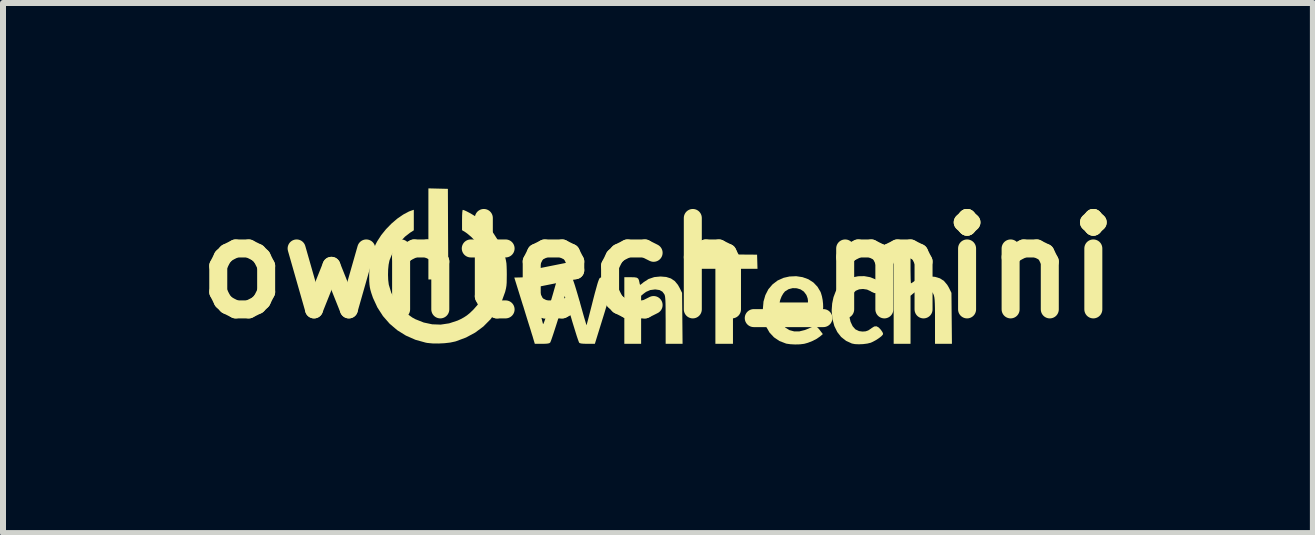
<source format=kicad_pcb>
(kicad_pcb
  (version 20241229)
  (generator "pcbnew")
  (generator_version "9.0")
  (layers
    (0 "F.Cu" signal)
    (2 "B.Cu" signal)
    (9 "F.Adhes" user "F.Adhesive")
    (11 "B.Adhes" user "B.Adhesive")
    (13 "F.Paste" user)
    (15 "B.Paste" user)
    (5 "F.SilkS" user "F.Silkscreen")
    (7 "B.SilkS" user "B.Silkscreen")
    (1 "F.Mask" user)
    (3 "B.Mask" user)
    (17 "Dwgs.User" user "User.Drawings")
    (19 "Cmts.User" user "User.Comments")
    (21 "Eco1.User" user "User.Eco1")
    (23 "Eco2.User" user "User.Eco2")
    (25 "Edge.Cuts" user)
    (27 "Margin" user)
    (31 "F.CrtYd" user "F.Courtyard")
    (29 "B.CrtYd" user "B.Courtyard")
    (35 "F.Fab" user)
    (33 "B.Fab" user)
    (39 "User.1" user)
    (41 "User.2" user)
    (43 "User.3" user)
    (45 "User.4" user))
  (footprint "owntech_mini"
    (layer "F.Cu")
    (at 7.918 1.418)
    (property "Reference" "owntech_mini" (at 0 0 0) (layer "F.SilkS") (effects (font (size 1.524 1.524) (thickness 0.3))))
    (attr board_only exclude_from_pos_files exclude_from_bom)
    (fp_poly (pts (xy -3.665 -1.324) (xy -3.502 -1.32) (xy -3.499 -0.565) (xy -3.495 0.191) (xy -3.827 0.191) (xy -3.827 -1.328)) (stroke (width 0) (type solid)) (fill yes) (layer "F.SilkS"))
    (fp_poly (pts (xy 1.107 -0.227) (xy 1.652 -0.223) (xy 1.659 0.013) (xy 1.25 0.013) (xy 1.25 1.263) (xy 0.957 1.263) (xy 0.957 0.013) (xy 0.561 0.013) (xy 0.561 -0.23)) (stroke (width 0) (type solid)) (fill yes) (layer "F.SilkS"))
    (fp_poly (pts (xy 4.21 -0.045) (xy 4.21 0.04) (xy 4.211 0.115) (xy 4.212 0.177) (xy 4.214 0.224) (xy 4.216 0.25) (xy 4.217 0.255) (xy 4.231 0.248) (xy 4.257 0.231) (xy 4.266 0.224) (xy 4.348 0.174) (xy 4.436 0.146) (xy 4.519 0.139) (xy 4.619 0.147) (xy 4.701 0.172) (xy 4.768 0.216) (xy 4.822 0.28) (xy 4.851 0.33) (xy 4.892 0.414) (xy 4.9 1.263) (xy 4.618 1.263) (xy 4.618 0.88) (xy 4.618 0.762) (xy 4.617 0.666) (xy 4.615 0.591) (xy 4.612 0.532) (xy 4.607 0.488) (xy 4.599 0.454) (xy 4.589 0.43) (xy 4.576 0.41) (xy 4.559 0.394) (xy 4.548 0.385) (xy 4.514 0.366) (xy 4.47 0.358) (xy 4.444 0.357) (xy 4.365 0.366) (xy 4.298 0.393) (xy 4.251 0.427) (xy 4.21 0.462) (xy 4.21 1.263) (xy 3.929 1.263) (xy 3.929 -0.344) (xy 4.21 -0.344)) (stroke (width 0) (type solid)) (fill yes) (layer "F.SilkS"))
    (fp_poly (pts (xy 0.138 0.149) (xy 0.216 0.174) (xy 0.28 0.217) (xy 0.332 0.28) (xy 0.36 0.33) (xy 0.402 0.414) (xy 0.406 0.838) (xy 0.41 1.263) (xy 0.128 1.263) (xy 0.128 0.873) (xy 0.127 0.76) (xy 0.127 0.669) (xy 0.126 0.598) (xy 0.124 0.544) (xy 0.121 0.504) (xy 0.118 0.475) (xy 0.113 0.454) (xy 0.107 0.439) (xy 0.107 0.438) (xy 0.074 0.394) (xy 0.026 0.367) (xy -0.041 0.357) (xy -0.051 0.357) (xy -0.129 0.367) (xy -0.198 0.397) (xy -0.239 0.427) (xy -0.281 0.462) (xy -0.281 1.263) (xy -0.561 1.263) (xy -0.561 0.153) (xy -0.454 0.153) (xy -0.395 0.154) (xy -0.356 0.16) (xy -0.332 0.174) (xy -0.319 0.198) (xy -0.31 0.235) (xy -0.31 0.235) (xy -0.304 0.265) (xy -0.298 0.28) (xy -0.297 0.281) (xy -0.285 0.273) (xy -0.26 0.254) (xy -0.239 0.236) (xy -0.157 0.183) (xy -0.062 0.151) (xy 0.042 0.141)) (stroke (width 0) (type solid)) (fill yes) (layer "F.SilkS"))
    (fp_poly (pts (xy 3.538 0.153) (xy 3.629 0.19) (xy 3.701 0.241) (xy 3.756 0.289) (xy 3.708 0.355) (xy 3.671 0.398) (xy 3.639 0.418) (xy 3.603 0.417) (xy 3.559 0.396) (xy 3.544 0.386) (xy 3.485 0.359) (xy 3.418 0.349) (xy 3.353 0.355) (xy 3.298 0.378) (xy 3.294 0.381) (xy 3.249 0.427) (xy 3.215 0.493) (xy 3.192 0.575) (xy 3.181 0.667) (xy 3.184 0.765) (xy 3.188 0.8) (xy 3.21 0.896) (xy 3.245 0.97) (xy 3.291 1.022) (xy 3.351 1.051) (xy 3.409 1.059) (xy 3.462 1.055) (xy 3.505 1.04) (xy 3.55 1.01) (xy 3.563 1) (xy 3.605 0.974) (xy 3.643 0.971) (xy 3.681 0.992) (xy 3.715 1.029) (xy 3.74 1.065) (xy 3.751 1.088) (xy 3.75 1.106) (xy 3.746 1.113) (xy 3.723 1.138) (xy 3.683 1.169) (xy 3.634 1.201) (xy 3.584 1.228) (xy 3.547 1.245) (xy 3.49 1.259) (xy 3.42 1.268) (xy 3.348 1.271) (xy 3.282 1.268) (xy 3.232 1.258) (xy 3.136 1.214) (xy 3.054 1.15) (xy 2.989 1.067) (xy 2.94 0.967) (xy 2.909 0.852) (xy 2.896 0.722) (xy 2.896 0.697) (xy 2.904 0.59) (xy 2.926 0.486) (xy 2.962 0.391) (xy 3.008 0.311) (xy 3.058 0.255) (xy 3.142 0.196) (xy 3.237 0.157) (xy 3.337 0.137) (xy 3.439 0.135)) (stroke (width 0) (type solid)) (fill yes) (layer "F.SilkS"))
    (fp_poly (pts (xy 2.41 0.152) (xy 2.507 0.187) (xy 2.591 0.241) (xy 2.659 0.312) (xy 2.71 0.398) (xy 2.717 0.417) (xy 2.733 0.471) (xy 2.745 0.532) (xy 2.752 0.595) (xy 2.754 0.652) (xy 2.75 0.695) (xy 2.744 0.712) (xy 2.739 0.72) (xy 2.732 0.727) (xy 2.72 0.732) (xy 2.7 0.735) (xy 2.669 0.737) (xy 2.624 0.739) (xy 2.563 0.74) (xy 2.482 0.74) (xy 2.379 0.74) (xy 2.028 0.74) (xy 2.028 0.778) (xy 2.037 0.831) (xy 2.058 0.892) (xy 2.087 0.948) (xy 2.121 0.991) (xy 2.124 0.993) (xy 2.191 1.035) (xy 2.269 1.056) (xy 2.357 1.056) (xy 2.45 1.033) (xy 2.505 1.011) (xy 2.562 0.985) (xy 2.603 0.973) (xy 2.634 0.975) (xy 2.66 0.991) (xy 2.689 1.023) (xy 2.698 1.035) (xy 2.748 1.101) (xy 2.704 1.139) (xy 2.647 1.179) (xy 2.575 1.216) (xy 2.499 1.246) (xy 2.438 1.263) (xy 2.366 1.272) (xy 2.286 1.274) (xy 2.208 1.27) (xy 2.143 1.261) (xy 2.13 1.257) (xy 2.024 1.216) (xy 1.934 1.155) (xy 1.86 1.076) (xy 1.805 0.98) (xy 1.767 0.868) (xy 1.749 0.742) (xy 1.748 0.687) (xy 1.758 0.574) (xy 2.028 0.574) (xy 2.5 0.574) (xy 2.5 0.539) (xy 2.495 0.506) (xy 2.48 0.464) (xy 2.472 0.446) (xy 2.432 0.393) (xy 2.377 0.356) (xy 2.313 0.337) (xy 2.245 0.335) (xy 2.178 0.352) (xy 2.118 0.389) (xy 2.114 0.393) (xy 2.087 0.427) (xy 2.06 0.474) (xy 2.04 0.525) (xy 2.036 0.539) (xy 2.028 0.574) (xy 1.758 0.574) (xy 1.758 0.563) (xy 1.79 0.452) (xy 1.84 0.354) (xy 1.909 0.273) (xy 1.994 0.208) (xy 2.094 0.163) (xy 2.192 0.141) (xy 2.304 0.136)) (stroke (width 0) (type solid)) (fill yes) (layer "F.SilkS"))
    (fp_poly (pts (xy -4.07 -0.629) (xy -4.132 -0.589) (xy -4.217 -0.523) (xy -4.298 -0.438) (xy -4.371 -0.341) (xy -4.43 -0.238) (xy -4.472 -0.137) (xy -4.477 -0.121) (xy -4.49 -0.056) (xy -4.498 0.025) (xy -4.5 0.113) (xy -4.497 0.198) (xy -4.488 0.271) (xy -4.486 0.281) (xy -4.446 0.411) (xy -4.384 0.534) (xy -4.303 0.647) (xy -4.206 0.745) (xy -4.095 0.825) (xy -4.044 0.853) (xy -3.905 0.908) (xy -3.764 0.938) (xy -3.622 0.943) (xy -3.481 0.922) (xy -3.341 0.876) (xy -3.291 0.853) (xy -3.234 0.822) (xy -3.184 0.789) (xy -3.134 0.748) (xy -3.077 0.693) (xy -3.074 0.69) (xy -2.982 0.585) (xy -2.913 0.477) (xy -2.867 0.363) (xy -2.841 0.239) (xy -2.835 0.101) (xy -2.836 0.07) (xy -2.846 -0.045) (xy -2.867 -0.145) (xy -2.901 -0.236) (xy -2.943 -0.317) (xy -2.989 -0.384) (xy -3.049 -0.454) (xy -3.114 -0.52) (xy -3.178 -0.574) (xy -3.207 -0.595) (xy -3.266 -0.631) (xy -3.266 -0.801) (xy -3.265 -0.875) (xy -3.262 -0.929) (xy -3.258 -0.961) (xy -3.253 -0.97) (xy -3.23 -0.963) (xy -3.192 -0.946) (xy -3.144 -0.921) (xy -3.092 -0.891) (xy -3.041 -0.86) (xy -2.997 -0.83) (xy -2.992 -0.827) (xy -2.858 -0.713) (xy -2.745 -0.584) (xy -2.652 -0.439) (xy -2.58 -0.28) (xy -2.556 -0.208) (xy -2.542 -0.161) (xy -2.533 -0.12) (xy -2.526 -0.078) (xy -2.523 -0.028) (xy -2.521 0.035) (xy -2.52 0.102) (xy -2.521 0.184) (xy -2.522 0.246) (xy -2.526 0.295) (xy -2.533 0.337) (xy -2.543 0.379) (xy -2.548 0.399) (xy -2.609 0.567) (xy -2.691 0.719) (xy -2.792 0.855) (xy -2.911 0.975) (xy -3.047 1.076) (xy -3.199 1.158) (xy -3.368 1.221) (xy -3.382 1.225) (xy -3.462 1.242) (xy -3.556 1.253) (xy -3.657 1.258) (xy -3.755 1.257) (xy -3.841 1.249) (xy -3.87 1.244) (xy -4.043 1.196) (xy -4.202 1.126) (xy -4.345 1.037) (xy -4.473 0.928) (xy -4.584 0.801) (xy -4.677 0.657) (xy -4.751 0.497) (xy -4.78 0.412) (xy -4.794 0.363) (xy -4.803 0.32) (xy -4.809 0.275) (xy -4.813 0.222) (xy -4.814 0.154) (xy -4.814 0.115) (xy -4.809 -0.031) (xy -4.79 -0.16) (xy -4.756 -0.279) (xy -4.706 -0.396) (xy -4.679 -0.447) (xy -4.613 -0.549) (xy -4.533 -0.648) (xy -4.442 -0.741) (xy -4.345 -0.824) (xy -4.246 -0.892) (xy -4.15 -0.943) (xy -4.098 -0.962) (xy -4.07 -0.971)) (stroke (width 0) (type solid)) (fill yes) (layer "F.SilkS"))
    (fp_poly (pts (xy -0.772 0.153) (xy -0.739 0.155) (xy -0.722 0.159) (xy -0.716 0.167) (xy -0.718 0.18) (xy -0.719 0.182) (xy -0.724 0.2) (xy -0.736 0.239) (xy -0.754 0.298) (xy -0.777 0.373) (xy -0.805 0.462) (xy -0.835 0.562) (xy -0.869 0.67) (xy -0.889 0.737) (xy -1.052 1.263) (xy -1.175 1.263) (xy -1.237 1.262) (xy -1.279 1.258) (xy -1.303 1.252) (xy -1.314 1.244) (xy -1.321 1.227) (xy -1.335 1.189) (xy -1.354 1.133) (xy -1.376 1.062) (xy -1.402 0.978) (xy -1.43 0.887) (xy -1.442 0.845) (xy -1.554 0.466) (xy -1.569 0.523) (xy -1.586 0.586) (xy -1.608 0.66) (xy -1.632 0.742) (xy -1.658 0.829) (xy -1.685 0.915) (xy -1.712 0.999) (xy -1.737 1.076) (xy -1.759 1.142) (xy -1.777 1.194) (xy -1.79 1.228) (xy -1.796 1.241) (xy -1.81 1.252) (xy -1.833 1.258) (xy -1.87 1.262) (xy -1.926 1.263) (xy -1.934 1.263) (xy -2.053 1.263) (xy -2.079 1.177) (xy -2.088 1.145) (xy -2.105 1.092) (xy -2.126 1.022) (xy -2.153 0.937) (xy -2.183 0.841) (xy -2.215 0.737) (xy -2.248 0.629) (xy -2.25 0.625) (xy -2.395 0.159) (xy -2.267 0.156) (xy -2.206 0.155) (xy -2.166 0.156) (xy -2.14 0.16) (xy -2.124 0.169) (xy -2.117 0.175) (xy -2.107 0.195) (xy -2.093 0.237) (xy -2.074 0.301) (xy -2.052 0.384) (xy -2.026 0.485) (xy -2.009 0.555) (xy -1.987 0.648) (xy -1.966 0.733) (xy -1.948 0.808) (xy -1.933 0.868) (xy -1.922 0.911) (xy -1.916 0.934) (xy -1.915 0.935) (xy -1.91 0.929) (xy -1.898 0.901) (xy -1.881 0.854) (xy -1.86 0.791) (xy -1.836 0.713) (xy -1.808 0.625) (xy -1.779 0.528) (xy -1.749 0.426) (xy -1.719 0.32) (xy -1.694 0.233) (xy -1.681 0.196) (xy -1.662 0.172) (xy -1.631 0.159) (xy -1.584 0.154) (xy -1.545 0.153) (xy -1.49 0.154) (xy -1.455 0.159) (xy -1.434 0.168) (xy -1.426 0.175) (xy -1.418 0.193) (xy -1.404 0.232) (xy -1.385 0.289) (xy -1.363 0.361) (xy -1.338 0.445) (xy -1.311 0.538) (xy -1.3 0.577) (xy -1.274 0.67) (xy -1.25 0.755) (xy -1.229 0.829) (xy -1.211 0.888) (xy -1.199 0.929) (xy -1.192 0.951) (xy -1.191 0.953) (xy -1.187 0.94) (xy -1.178 0.906) (xy -1.164 0.854) (xy -1.147 0.788) (xy -1.127 0.71) (xy -1.11 0.644) (xy -1.079 0.521) (xy -1.053 0.421) (xy -1.031 0.342) (xy -1.014 0.28) (xy -1 0.234) (xy -0.988 0.201) (xy -0.979 0.18) (xy -0.971 0.167) (xy -0.963 0.161) (xy -0.962 0.161) (xy -0.941 0.157) (xy -0.901 0.155) (xy -0.85 0.153) (xy -0.827 0.153)) (stroke (width 0) (type solid)) (fill yes) (layer "F.SilkS")))
  (gr_rect
    (start -3 -3)
    (end 18.835 5.836)
    (stroke (width 0.1) (type default))
    (fill no)
    (layer "Edge.Cuts")))
</source>
